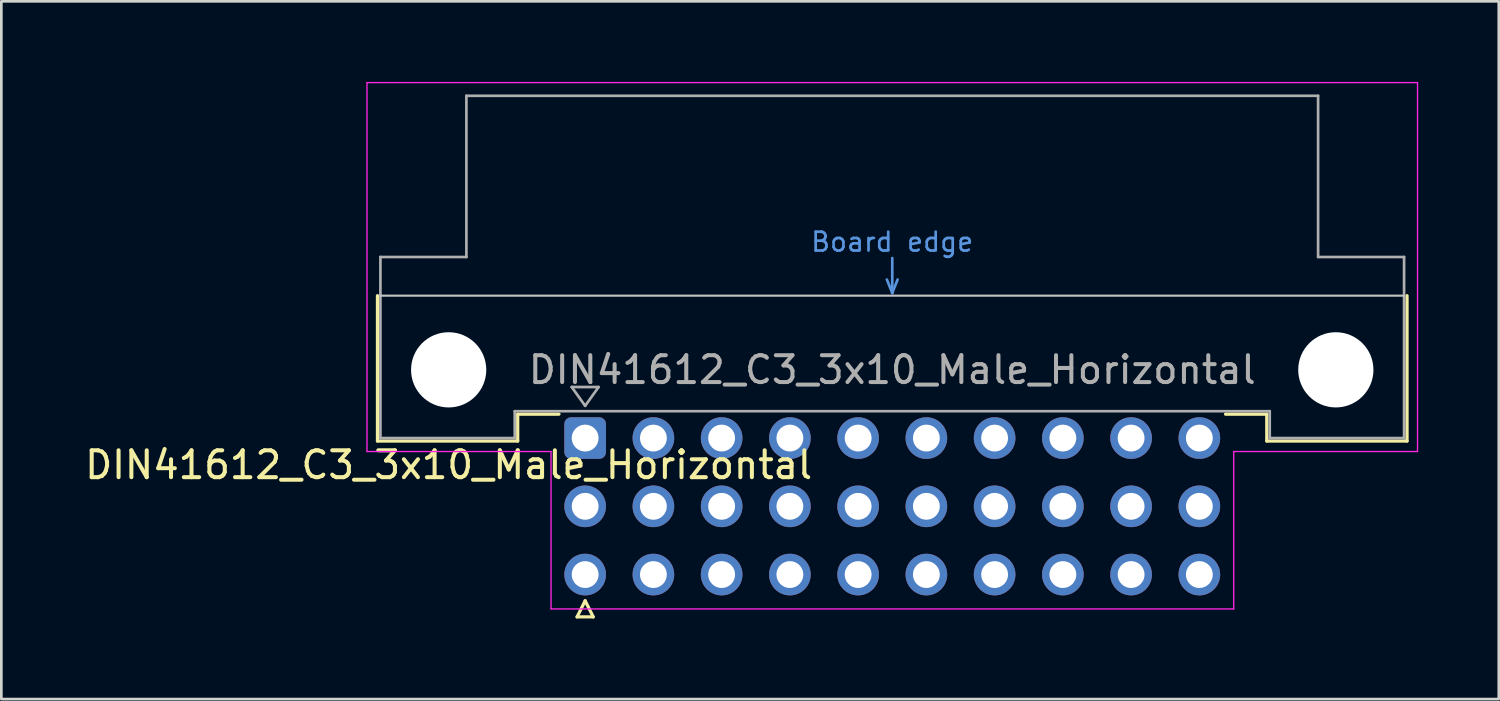
<source format=kicad_pcb>
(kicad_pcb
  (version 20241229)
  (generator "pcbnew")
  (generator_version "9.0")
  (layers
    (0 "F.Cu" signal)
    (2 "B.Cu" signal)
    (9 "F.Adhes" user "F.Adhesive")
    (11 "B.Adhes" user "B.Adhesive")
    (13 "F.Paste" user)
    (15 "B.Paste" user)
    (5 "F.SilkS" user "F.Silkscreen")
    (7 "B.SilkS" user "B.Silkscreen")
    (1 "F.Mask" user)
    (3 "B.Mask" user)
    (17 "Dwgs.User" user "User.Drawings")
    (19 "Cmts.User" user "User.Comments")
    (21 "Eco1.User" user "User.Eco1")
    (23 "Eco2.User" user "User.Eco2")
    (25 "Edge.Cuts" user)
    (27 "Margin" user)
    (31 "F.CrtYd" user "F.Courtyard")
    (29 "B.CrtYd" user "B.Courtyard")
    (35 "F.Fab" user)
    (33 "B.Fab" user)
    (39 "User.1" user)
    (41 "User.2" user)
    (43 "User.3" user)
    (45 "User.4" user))
  (footprint "DIN41612_C3_3x10_Male_Horizontal"
    (layer "F.Cu")
    (at 18.729 13.255)
    (property "Reference" "DIN41612_C3_3x10_Male_Horizontal" (at -5.08 1 0) (layer "F.SilkS") (effects (font (size 1 1) (thickness 0.15))))
    (attr through_hole)
    (fp_line (start -7.73 -5.3) (end -7.73 0.11) (stroke (width 0.12) (type solid)) (layer "F.SilkS"))
    (fp_line (start -7.73 0.11) (end -2.51 0.11) (stroke (width 0.12) (type solid)) (layer "F.SilkS"))
    (fp_line (start -2.51 -0.89) (end -0.975 -0.89) (stroke (width 0.12) (type solid)) (layer "F.SilkS"))
    (fp_line (start -2.51 0.11) (end -2.51 -0.89) (stroke (width 0.12) (type solid)) (layer "F.SilkS"))
    (fp_line (start -0.3 6.655) (end 0.3 6.655) (stroke (width 0.12) (type solid)) (layer "F.SilkS"))
    (fp_line (start 0 6.055) (end -0.3 6.655) (stroke (width 0.12) (type solid)) (layer "F.SilkS"))
    (fp_line (start 0.3 6.655) (end 0 6.055) (stroke (width 0.12) (type solid)) (layer "F.SilkS"))
    (fp_line (start 25.37 -0.89) (end 23.835 -0.89) (stroke (width 0.12) (type solid)) (layer "F.SilkS"))
    (fp_line (start 25.37 0.11) (end 25.37 -0.89) (stroke (width 0.12) (type solid)) (layer "F.SilkS"))
    (fp_line (start 30.59 -5.3) (end 30.59 0.11) (stroke (width 0.12) (type solid)) (layer "F.SilkS"))
    (fp_line (start 30.59 0.11) (end 25.37 0.11) (stroke (width 0.12) (type solid)) (layer "F.SilkS"))
    (fp_line (start -7.62 -5.3) (end 30.48 -5.3) (stroke (width 0.08) (type solid)) (layer "Dwgs.User"))
    (fp_line (start 11.23 -5.9) (end 11.43 -5.4) (stroke (width 0.1) (type solid)) (layer "Cmts.User"))
    (fp_line (start 11.43 -5.4) (end 11.43 -6.7) (stroke (width 0.1) (type solid)) (layer "Cmts.User"))
    (fp_line (start 11.43 -5.4) (end 11.63 -5.9) (stroke (width 0.1) (type solid)) (layer "Cmts.User"))
    (fp_line (start -8.12 -13.23) (end -8.12 0.5) (stroke (width 0.05) (type solid)) (layer "F.CrtYd"))
    (fp_line (start -8.12 0.5) (end -1.27 0.5) (stroke (width 0.05) (type solid)) (layer "F.CrtYd"))
    (fp_line (start -1.27 0.5) (end -1.27 6.36) (stroke (width 0.05) (type solid)) (layer "F.CrtYd"))
    (fp_line (start -1.27 6.36) (end 24.14 6.36) (stroke (width 0.05) (type solid)) (layer "F.CrtYd"))
    (fp_line (start 24.14 0.5) (end 30.98 0.5) (stroke (width 0.05) (type solid)) (layer "F.CrtYd"))
    (fp_line (start 24.14 6.36) (end 24.14 0.5) (stroke (width 0.05) (type solid)) (layer "F.CrtYd"))
    (fp_line (start 30.98 -13.23) (end -8.12 -13.23) (stroke (width 0.05) (type solid)) (layer "F.CrtYd"))
    (fp_line (start 30.98 0.5) (end 30.98 -13.23) (stroke (width 0.05) (type solid)) (layer "F.CrtYd"))
    (fp_line (start -7.62 -6.74) (end -7.62 0) (stroke (width 0.1) (type solid)) (layer "F.Fab"))
    (fp_line (start -7.62 0) (end -2.62 0) (stroke (width 0.1) (type solid)) (layer "F.Fab"))
    (fp_line (start -4.42 -12.74) (end -4.42 -6.74) (stroke (width 0.1) (type solid)) (layer "F.Fab"))
    (fp_line (start -4.42 -6.74) (end -7.62 -6.74) (stroke (width 0.1) (type solid)) (layer "F.Fab"))
    (fp_line (start -2.62 -1) (end 25.48 -1) (stroke (width 0.1) (type solid)) (layer "F.Fab"))
    (fp_line (start -2.62 0) (end -2.62 -1) (stroke (width 0.1) (type solid)) (layer "F.Fab"))
    (fp_line (start -0.5 -1.9) (end 0.5 -1.9) (stroke (width 0.1) (type solid)) (layer "F.Fab"))
    (fp_line (start 0 -1.2) (end -0.5 -1.9) (stroke (width 0.1) (type solid)) (layer "F.Fab"))
    (fp_line (start 0.5 -1.9) (end 0 -1.2) (stroke (width 0.1) (type solid)) (layer "F.Fab"))
    (fp_line (start 25.48 -1) (end 25.48 0) (stroke (width 0.1) (type solid)) (layer "F.Fab"))
    (fp_line (start 25.48 0) (end 30.48 0) (stroke (width 0.1) (type solid)) (layer "F.Fab"))
    (fp_line (start 27.28 -12.74) (end -4.42 -12.74) (stroke (width 0.1) (type solid)) (layer "F.Fab"))
    (fp_line (start 27.28 -6.74) (end 27.28 -12.74) (stroke (width 0.1) (type solid)) (layer "F.Fab"))
    (fp_line (start 30.48 -6.74) (end 27.28 -6.74) (stroke (width 0.1) (type solid)) (layer "F.Fab"))
    (fp_line (start 30.48 0) (end 30.48 -6.74) (stroke (width 0.1) (type solid)) (layer "F.Fab"))
    (fp_text user "Board edge" (at 11.43 -7.3 0) (layer "Cmts.User") (effects (font (size 0.7 0.7) (thickness 0.1))))
    (fp_text user "${REFERENCE}" (at 11.43 -2.54 0) (layer "F.Fab") (effects (font (size 1 1) (thickness 0.15))))
    (pad "" np_thru_hole circle (at -5.08 -2.54) (size 2.8 2.8) (drill 2.8) (layers "*.Cu" "*.Mask"))
    (pad "" np_thru_hole circle (at 27.94 -2.54) (size 2.8 2.8) (drill 2.8) (layers "*.Cu" "*.Mask"))
    (pad "a1" thru_hole roundrect (at 0 0) (size 1.55 1.55) (drill 1) (layers "*.Cu" "*.Mask") (roundrect_rratio 0.161))
    (pad "a2" thru_hole circle (at 2.54 0) (size 1.55 1.55) (drill 1) (layers "*.Cu" "*.Mask"))
    (pad "a3" thru_hole circle (at 5.08 0) (size 1.55 1.55) (drill 1) (layers "*.Cu" "*.Mask"))
    (pad "a4" thru_hole circle (at 7.62 0) (size 1.55 1.55) (drill 1) (layers "*.Cu" "*.Mask"))
    (pad "a5" thru_hole circle (at 10.16 0) (size 1.55 1.55) (drill 1) (layers "*.Cu" "*.Mask"))
    (pad "a6" thru_hole circle (at 12.7 0) (size 1.55 1.55) (drill 1) (layers "*.Cu" "*.Mask"))
    (pad "a7" thru_hole circle (at 15.24 0) (size 1.55 1.55) (drill 1) (layers "*.Cu" "*.Mask"))
    (pad "a8" thru_hole circle (at 17.78 0) (size 1.55 1.55) (drill 1) (layers "*.Cu" "*.Mask"))
    (pad "a9" thru_hole circle (at 20.32 0) (size 1.55 1.55) (drill 1) (layers "*.Cu" "*.Mask"))
    (pad "a10" thru_hole circle (at 22.86 0) (size 1.55 1.55) (drill 1) (layers "*.Cu" "*.Mask"))
    (pad "b1" thru_hole circle (at 0 2.54) (size 1.55 1.55) (drill 1) (layers "*.Cu" "*.Mask"))
    (pad "b2" thru_hole circle (at 2.54 2.54) (size 1.55 1.55) (drill 1) (layers "*.Cu" "*.Mask"))
    (pad "b3" thru_hole circle (at 5.08 2.54) (size 1.55 1.55) (drill 1) (layers "*.Cu" "*.Mask"))
    (pad "b4" thru_hole circle (at 7.62 2.54) (size 1.55 1.55) (drill 1) (layers "*.Cu" "*.Mask"))
    (pad "b5" thru_hole circle (at 10.16 2.54) (size 1.55 1.55) (drill 1) (layers "*.Cu" "*.Mask"))
    (pad "b6" thru_hole circle (at 12.7 2.54) (size 1.55 1.55) (drill 1) (layers "*.Cu" "*.Mask"))
    (pad "b7" thru_hole circle (at 15.24 2.54) (size 1.55 1.55) (drill 1) (layers "*.Cu" "*.Mask"))
    (pad "b8" thru_hole circle (at 17.78 2.54) (size 1.55 1.55) (drill 1) (layers "*.Cu" "*.Mask"))
    (pad "b9" thru_hole circle (at 20.32 2.54) (size 1.55 1.55) (drill 1) (layers "*.Cu" "*.Mask"))
    (pad "b10" thru_hole circle (at 22.86 2.54) (size 1.55 1.55) (drill 1) (layers "*.Cu" "*.Mask"))
    (pad "c1" thru_hole circle (at 0 5.08) (size 1.55 1.55) (drill 1) (layers "*.Cu" "*.Mask"))
    (pad "c2" thru_hole circle (at 2.54 5.08) (size 1.55 1.55) (drill 1) (layers "*.Cu" "*.Mask"))
    (pad "c3" thru_hole circle (at 5.08 5.08) (size 1.55 1.55) (drill 1) (layers "*.Cu" "*.Mask"))
    (pad "c4" thru_hole circle (at 7.62 5.08) (size 1.55 1.55) (drill 1) (layers "*.Cu" "*.Mask"))
    (pad "c5" thru_hole circle (at 10.16 5.08) (size 1.55 1.55) (drill 1) (layers "*.Cu" "*.Mask"))
    (pad "c6" thru_hole circle (at 12.7 5.08) (size 1.55 1.55) (drill 1) (layers "*.Cu" "*.Mask"))
    (pad "c7" thru_hole circle (at 15.24 5.08) (size 1.55 1.55) (drill 1) (layers "*.Cu" "*.Mask"))
    (pad "c8" thru_hole circle (at 17.78 5.08) (size 1.55 1.55) (drill 1) (layers "*.Cu" "*.Mask"))
    (pad "c9" thru_hole circle (at 20.32 5.08) (size 1.55 1.55) (drill 1) (layers "*.Cu" "*.Mask"))
    (pad "c10" thru_hole circle (at 22.86 5.08) (size 1.55 1.55) (drill 1) (layers "*.Cu" "*.Mask")))
  (gr_rect
    (start -3 -3)
    (end 52.734 22.97)
    (stroke (width 0.1) (type default))
    (fill no)
    (layer "Edge.Cuts")))
</source>
